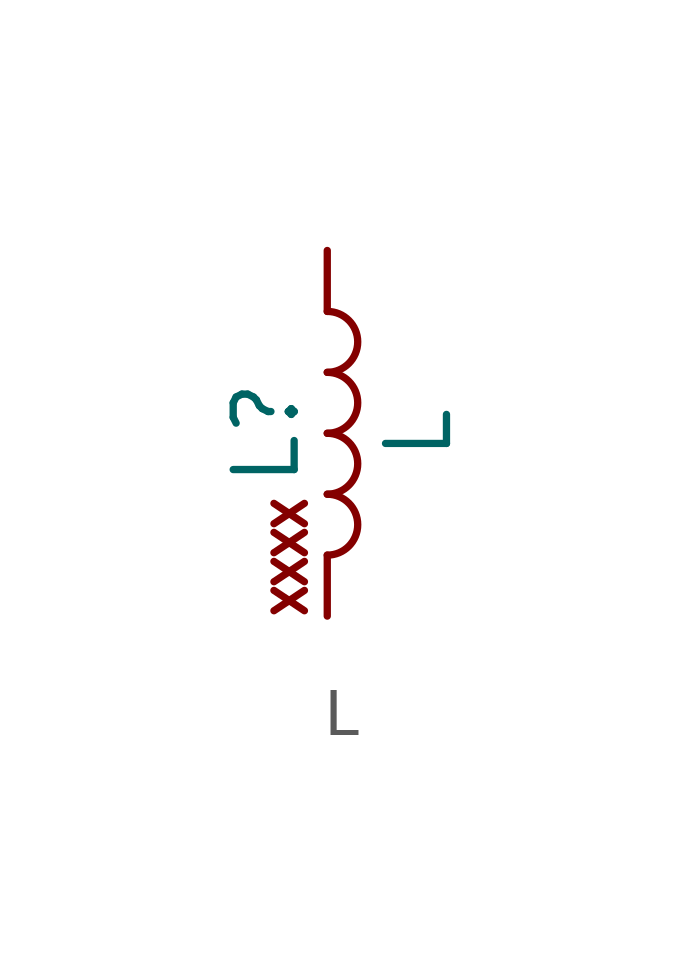
<source format=kicad_sym>
(kicad_symbol_lib
  (version 20241209)
  (generator "kicad_symbol_editor")
  (generator_version "9.0")
  (symbol "L"
    (pin_numbers
      (hide yes))
    (pin_names
      (offset 1.016)
      (hide yes))
    (property "Reference" "L"
      (at -1.27 0 90)
      (effects (font (size 1.27 1.27))))
    (property "Value" "L"
      (at 1.905 0 90)
      (effects (font (size 1.27 1.27))))
    (property "Package" "XXXX"
      (at -0.762 -1.27 90)
      (effects (font (size 0.635 0.635) (color 132 0 0 1)) (justify right)))
    (symbol "L_0_1"
      (arc (start 0 2.54) (mid 0.6323 1.905) (end 0 1.27) (stroke (width 0) (type default)) (fill (type none)))
      (arc (start 0 1.27) (mid 0.6323 0.635) (end 0 0) (stroke (width 0) (type default)) (fill (type none)))
      (arc (start 0 0) (mid 0.6323 -0.635) (end 0 -1.27) (stroke (width 0) (type default)) (fill (type none)))
      (arc (start 0 -1.27) (mid 0.6323 -1.905) (end 0 -2.54) (stroke (width 0) (type default)) (fill (type none))))
    (symbol "L_1_1"
      (pin passive line (at 0 3.81 270) (length 1.27) (name "1" (effects (font (size 1.27 1.27)))) (number "1" (effects (font (size 1.27 1.27)))))
      (pin passive line (at 0 -3.81 90) (length 1.27) (name "2" (effects (font (size 1.27 1.27)))) (number "2" (effects (font (size 1.27 1.27))))))))
</source>
